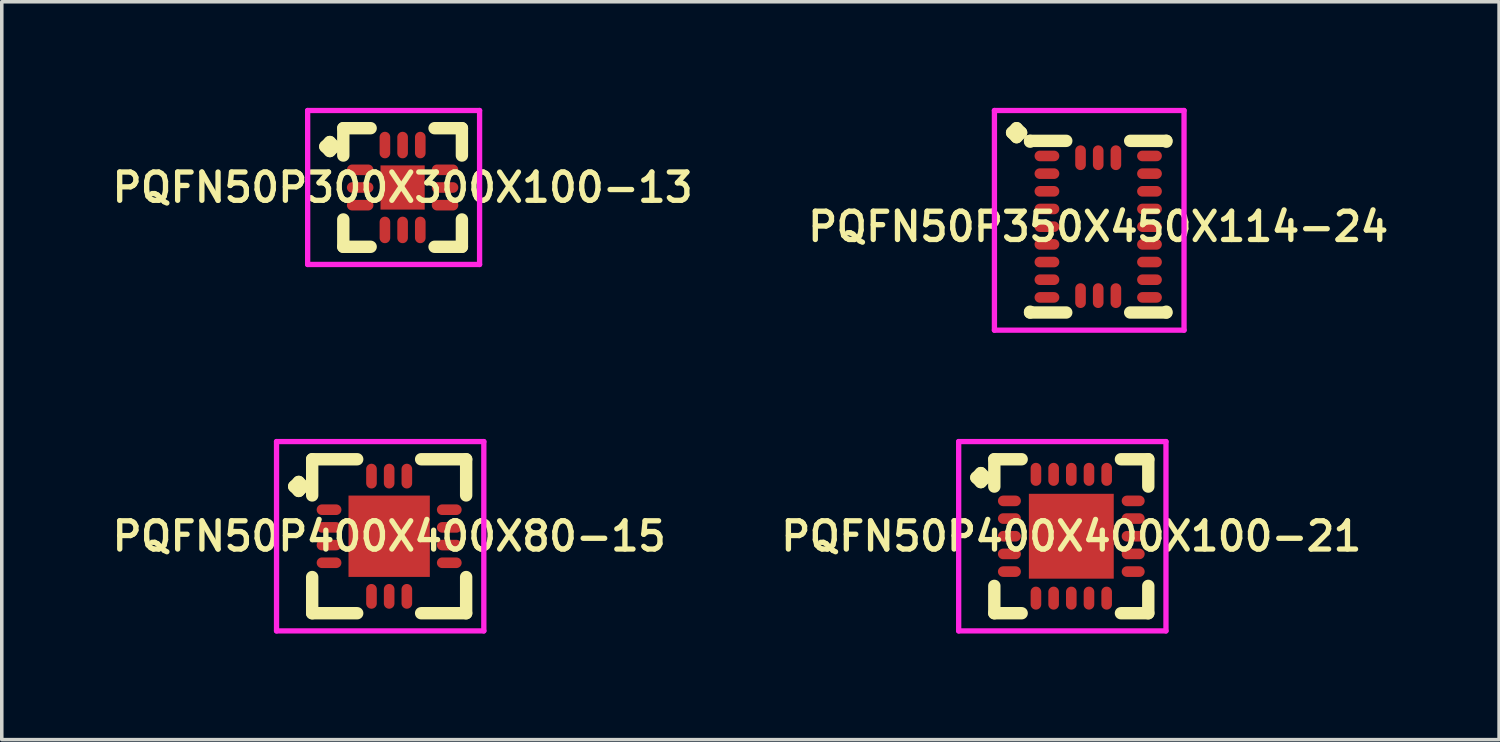
<source format=kicad_pcb>
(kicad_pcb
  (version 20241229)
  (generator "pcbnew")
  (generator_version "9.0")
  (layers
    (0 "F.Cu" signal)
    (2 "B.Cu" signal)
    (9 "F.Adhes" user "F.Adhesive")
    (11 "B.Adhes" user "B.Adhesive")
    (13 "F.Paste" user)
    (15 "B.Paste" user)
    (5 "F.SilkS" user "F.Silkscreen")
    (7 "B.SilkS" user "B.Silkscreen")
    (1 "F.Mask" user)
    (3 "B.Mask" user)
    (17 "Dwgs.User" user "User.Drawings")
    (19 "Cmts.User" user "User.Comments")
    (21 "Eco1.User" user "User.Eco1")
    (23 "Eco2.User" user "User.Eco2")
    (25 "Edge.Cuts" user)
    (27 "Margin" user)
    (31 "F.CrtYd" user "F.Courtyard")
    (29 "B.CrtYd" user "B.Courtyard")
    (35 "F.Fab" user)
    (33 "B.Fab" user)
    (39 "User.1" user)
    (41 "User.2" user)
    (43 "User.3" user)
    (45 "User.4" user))
  (footprint "PQFN50P400X400X100-21"
    (layer "F.Cu")
    (at 27.245 12.114)
    (property "Reference" "PQFN50P400X400X100-21" (at 0 0 0) (layer "F.SilkS") (effects (font (size 0.8 0.8) (thickness 0.15))))
    (attr smd)
    (fp_line (start -2.685 -1.658) (end -2.558 -1.785) (stroke (width 0.35) (type solid)) (layer "F.SilkS"))
    (fp_line (start -2.558 -1.785) (end -2.431 -1.658) (stroke (width 0.35) (type solid)) (layer "F.SilkS"))
    (fp_line (start -2.558 -1.531) (end -2.685 -1.658) (stroke (width 0.35) (type solid)) (layer "F.SilkS"))
    (fp_line (start -2.431 -1.658) (end -2.558 -1.531) (stroke (width 0.35) (type solid)) (layer "F.SilkS"))
    (fp_line (start -2.177 -2.177) (end -1.404 -2.177) (stroke (width 0.35) (type solid)) (layer "F.SilkS"))
    (fp_line (start -2.177 -1.404) (end -2.177 -2.177) (stroke (width 0.35) (type solid)) (layer "F.SilkS"))
    (fp_line (start -2.177 1.404) (end -2.177 2.177) (stroke (width 0.35) (type solid)) (layer "F.SilkS"))
    (fp_line (start -2.177 2.177) (end -1.404 2.177) (stroke (width 0.35) (type solid)) (layer "F.SilkS"))
    (fp_line (start 1.404 -2.177) (end 2.177 -2.177) (stroke (width 0.35) (type solid)) (layer "F.SilkS"))
    (fp_line (start 1.404 2.177) (end 2.177 2.177) (stroke (width 0.35) (type solid)) (layer "F.SilkS"))
    (fp_line (start 2.177 -2.177) (end 2.177 -1.404) (stroke (width 0.35) (type solid)) (layer "F.SilkS"))
    (fp_line (start 2.177 2.177) (end 2.177 1.404) (stroke (width 0.35) (type solid)) (layer "F.SilkS"))
    (fp_line (start -3.185 -2.677) (end 2.677 -2.677) (stroke (width 0.15) (type solid)) (layer "F.CrtYd"))
    (fp_line (start -3.185 2.677) (end -3.185 -2.677) (stroke (width 0.15) (type solid)) (layer "F.CrtYd"))
    (fp_line (start 2.677 -2.677) (end 2.677 2.677) (stroke (width 0.15) (type solid)) (layer "F.CrtYd"))
    (fp_line (start 2.677 2.677) (end -3.185 2.677) (stroke (width 0.15) (type solid)) (layer "F.CrtYd"))
    (pad "1" smd oval (at -1.75 -1) (size 0.65 0.3) (layers "F.Cu" "F.Mask" "F.Paste"))
    (pad "2" smd oval (at -1.75 -0.5) (size 0.65 0.3) (layers "F.Cu" "F.Mask" "F.Paste"))
    (pad "3" smd oval (at -1.75 0) (size 0.65 0.3) (layers "F.Cu" "F.Mask" "F.Paste"))
    (pad "4" smd oval (at -1.75 0.5) (size 0.65 0.3) (layers "F.Cu" "F.Mask" "F.Paste"))
    (pad "5" smd oval (at -1.75 1) (size 0.65 0.3) (layers "F.Cu" "F.Mask" "F.Paste"))
    (pad "6" smd oval (at -1 1.75) (size 0.3 0.65) (layers "F.Cu" "F.Mask" "F.Paste"))
    (pad "7" smd oval (at -0.5 1.75) (size 0.3 0.65) (layers "F.Cu" "F.Mask" "F.Paste"))
    (pad "8" smd oval (at 0 1.75) (size 0.3 0.65) (layers "F.Cu" "F.Mask" "F.Paste"))
    (pad "9" smd oval (at 0.5 1.75) (size 0.3 0.65) (layers "F.Cu" "F.Mask" "F.Paste"))
    (pad "10" smd oval (at 1 1.75) (size 0.3 0.65) (layers "F.Cu" "F.Mask" "F.Paste"))
    (pad "11" smd oval (at 1.75 1) (size 0.65 0.3) (layers "F.Cu" "F.Mask" "F.Paste"))
    (pad "12" smd oval (at 1.75 0.5) (size 0.65 0.3) (layers "F.Cu" "F.Mask" "F.Paste"))
    (pad "13" smd oval (at 1.75 0) (size 0.65 0.3) (layers "F.Cu" "F.Mask" "F.Paste"))
    (pad "14" smd oval (at 1.75 -0.5) (size 0.65 0.3) (layers "F.Cu" "F.Mask" "F.Paste"))
    (pad "15" smd oval (at 1.75 -1) (size 0.65 0.3) (layers "F.Cu" "F.Mask" "F.Paste"))
    (pad "16" smd oval (at 1 -1.75) (size 0.3 0.65) (layers "F.Cu" "F.Mask" "F.Paste"))
    (pad "17" smd oval (at 0.5 -1.75) (size 0.3 0.65) (layers "F.Cu" "F.Mask" "F.Paste"))
    (pad "18" smd oval (at 0 -1.75) (size 0.3 0.65) (layers "F.Cu" "F.Mask" "F.Paste"))
    (pad "19" smd oval (at -0.5 -1.75) (size 0.3 0.65) (layers "F.Cu" "F.Mask" "F.Paste"))
    (pad "20" smd oval (at -1 -1.75) (size 0.3 0.65) (layers "F.Cu" "F.Mask" "F.Paste"))
    (pad "21" smd rect (at 0 0) (size 2.4 2.4) (layers "F.Cu" "F.Mask" "F.Paste")))
  (footprint "PQFN50P350X450X114-24"
    (layer "F.Cu")
    (at 28.006 3.36)
    (property "Reference" "PQFN50P350X450X114-24" (at 0 0 0) (layer "F.SilkS") (effects (font (size 0.8 0.8) (thickness 0.15))))
    (attr smd)
    (fp_line (start -2.435 -2.658) (end -2.308 -2.785) (stroke (width 0.35) (type solid)) (layer "F.SilkS"))
    (fp_line (start -2.308 -2.785) (end -2.181 -2.658) (stroke (width 0.35) (type solid)) (layer "F.SilkS"))
    (fp_line (start -2.308 -2.531) (end -2.435 -2.658) (stroke (width 0.35) (type solid)) (layer "F.SilkS"))
    (fp_line (start -2.181 -2.658) (end -2.308 -2.531) (stroke (width 0.35) (type solid)) (layer "F.SilkS"))
    (fp_line (start -1.927 -2.427) (end -0.904 -2.427) (stroke (width 0.35) (type solid)) (layer "F.SilkS"))
    (fp_line (start -1.927 -2.404) (end -1.927 -2.427) (stroke (width 0.35) (type solid)) (layer "F.SilkS"))
    (fp_line (start -1.927 2.404) (end -1.927 2.427) (stroke (width 0.35) (type solid)) (layer "F.SilkS"))
    (fp_line (start -1.927 2.427) (end -0.904 2.427) (stroke (width 0.35) (type solid)) (layer "F.SilkS"))
    (fp_line (start 0.904 -2.427) (end 1.927 -2.427) (stroke (width 0.35) (type solid)) (layer "F.SilkS"))
    (fp_line (start 0.904 2.427) (end 1.927 2.427) (stroke (width 0.35) (type solid)) (layer "F.SilkS"))
    (fp_line (start 1.927 -2.427) (end 1.927 -2.404) (stroke (width 0.35) (type solid)) (layer "F.SilkS"))
    (fp_line (start 1.927 2.427) (end 1.927 2.404) (stroke (width 0.35) (type solid)) (layer "F.SilkS"))
    (fp_line (start -2.935 -3.285) (end 2.427 -3.285) (stroke (width 0.15) (type solid)) (layer "F.CrtYd"))
    (fp_line (start -2.935 2.927) (end -2.935 -3.285) (stroke (width 0.15) (type solid)) (layer "F.CrtYd"))
    (fp_line (start 2.427 -3.285) (end 2.427 2.927) (stroke (width 0.15) (type solid)) (layer "F.CrtYd"))
    (fp_line (start 2.427 2.927) (end -2.935 2.927) (stroke (width 0.15) (type solid)) (layer "F.CrtYd"))
    (pad "1" smd oval (at -1.45 -2) (size 0.7 0.3) (layers "F.Cu" "F.Mask" "F.Paste"))
    (pad "2" smd oval (at -1.45 -1.5) (size 0.7 0.3) (layers "F.Cu" "F.Mask" "F.Paste"))
    (pad "3" smd oval (at -1.45 -1) (size 0.7 0.3) (layers "F.Cu" "F.Mask" "F.Paste"))
    (pad "4" smd oval (at -1.45 -0.5) (size 0.7 0.3) (layers "F.Cu" "F.Mask" "F.Paste"))
    (pad "5" smd oval (at -1.45 0) (size 0.7 0.3) (layers "F.Cu" "F.Mask" "F.Paste"))
    (pad "6" smd oval (at -1.45 0.5) (size 0.7 0.3) (layers "F.Cu" "F.Mask" "F.Paste"))
    (pad "7" smd oval (at -1.45 1) (size 0.7 0.3) (layers "F.Cu" "F.Mask" "F.Paste"))
    (pad "8" smd oval (at -1.45 1.5) (size 0.7 0.3) (layers "F.Cu" "F.Mask" "F.Paste"))
    (pad "9" smd oval (at -1.45 2) (size 0.7 0.3) (layers "F.Cu" "F.Mask" "F.Paste"))
    (pad "10" smd oval (at -0.5 1.95) (size 0.3 0.7) (layers "F.Cu" "F.Mask" "F.Paste"))
    (pad "11" smd oval (at 0 1.95) (size 0.3 0.7) (layers "F.Cu" "F.Mask" "F.Paste"))
    (pad "12" smd oval (at 0.5 1.95) (size 0.3 0.7) (layers "F.Cu" "F.Mask" "F.Paste"))
    (pad "13" smd oval (at 1.45 2) (size 0.7 0.3) (layers "F.Cu" "F.Mask" "F.Paste"))
    (pad "14" smd oval (at 1.45 1.5) (size 0.7 0.3) (layers "F.Cu" "F.Mask" "F.Paste"))
    (pad "15" smd oval (at 1.45 1) (size 0.7 0.3) (layers "F.Cu" "F.Mask" "F.Paste"))
    (pad "16" smd oval (at 1.45 0.5) (size 0.7 0.3) (layers "F.Cu" "F.Mask" "F.Paste"))
    (pad "17" smd oval (at 1.45 0) (size 0.7 0.3) (layers "F.Cu" "F.Mask" "F.Paste"))
    (pad "18" smd oval (at 1.45 -0.5) (size 0.7 0.3) (layers "F.Cu" "F.Mask" "F.Paste"))
    (pad "19" smd oval (at 1.45 -1) (size 0.7 0.3) (layers "F.Cu" "F.Mask" "F.Paste"))
    (pad "20" smd oval (at 1.45 -1.5) (size 0.7 0.3) (layers "F.Cu" "F.Mask" "F.Paste"))
    (pad "21" smd oval (at 1.45 -2) (size 0.7 0.3) (layers "F.Cu" "F.Mask" "F.Paste"))
    (pad "22" smd oval (at 0.5 -1.95) (size 0.3 0.7) (layers "F.Cu" "F.Mask" "F.Paste"))
    (pad "23" smd oval (at 0 -1.95) (size 0.3 0.7) (layers "F.Cu" "F.Mask" "F.Paste"))
    (pad "24" smd oval (at -0.5 -1.95) (size 0.3 0.7) (layers "F.Cu" "F.Mask" "F.Paste")))
  (footprint "PQFN50P400X400X80-15"
    (layer "F.Cu")
    (at 7.955 12.114)
    (property "Reference" "PQFN50P400X400X80-15" (at 0 0 0) (layer "F.SilkS") (effects (font (size 0.8 0.8) (thickness 0.15))))
    (attr through_hole)
    (fp_line (start -2.685 -1.408) (end -2.558 -1.535) (stroke (width 0.35) (type solid)) (layer "F.SilkS"))
    (fp_line (start -2.558 -1.535) (end -2.431 -1.408) (stroke (width 0.35) (type solid)) (layer "F.SilkS"))
    (fp_line (start -2.558 -1.281) (end -2.685 -1.408) (stroke (width 0.35) (type solid)) (layer "F.SilkS"))
    (fp_line (start -2.431 -1.408) (end -2.558 -1.281) (stroke (width 0.35) (type solid)) (layer "F.SilkS"))
    (fp_line (start -2.177 -2.177) (end -0.904 -2.177) (stroke (width 0.35) (type solid)) (layer "F.SilkS"))
    (fp_line (start -2.177 -1.154) (end -2.177 -2.177) (stroke (width 0.35) (type solid)) (layer "F.SilkS"))
    (fp_line (start -2.177 1.154) (end -2.177 2.177) (stroke (width 0.35) (type solid)) (layer "F.SilkS"))
    (fp_line (start -2.177 2.177) (end -0.904 2.177) (stroke (width 0.35) (type solid)) (layer "F.SilkS"))
    (fp_line (start 0.904 -2.177) (end 2.177 -2.177) (stroke (width 0.35) (type solid)) (layer "F.SilkS"))
    (fp_line (start 0.904 2.177) (end 2.177 2.177) (stroke (width 0.35) (type solid)) (layer "F.SilkS"))
    (fp_line (start 2.177 -2.177) (end 2.177 -1.154) (stroke (width 0.35) (type solid)) (layer "F.SilkS"))
    (fp_line (start 2.177 2.177) (end 2.177 1.154) (stroke (width 0.35) (type solid)) (layer "F.SilkS"))
    (fp_line (start -3.185 -2.677) (end 2.677 -2.677) (stroke (width 0.15) (type solid)) (layer "F.CrtYd"))
    (fp_line (start -3.185 2.677) (end -3.185 -2.677) (stroke (width 0.15) (type solid)) (layer "F.CrtYd"))
    (fp_line (start 2.677 -2.677) (end 2.677 2.677) (stroke (width 0.15) (type solid)) (layer "F.CrtYd"))
    (fp_line (start 2.677 2.677) (end -3.185 2.677) (stroke (width 0.15) (type solid)) (layer "F.CrtYd"))
    (pad "1" smd oval (at -1.7 -0.75) (size 0.7 0.3) (layers "F.Cu" "F.Mask" "F.Paste"))
    (pad "2" smd oval (at -1.7 -0.25) (size 0.7 0.3) (layers "F.Cu" "F.Mask" "F.Paste"))
    (pad "3" smd oval (at -1.7 0.25) (size 0.7 0.3) (layers "F.Cu" "F.Mask" "F.Paste"))
    (pad "4" smd oval (at -1.7 0.75) (size 0.7 0.3) (layers "F.Cu" "F.Mask" "F.Paste"))
    (pad "5" smd oval (at -0.5 1.7) (size 0.3 0.7) (layers "F.Cu" "F.Mask" "F.Paste"))
    (pad "6" smd oval (at 0 1.7) (size 0.3 0.7) (layers "F.Cu" "F.Mask" "F.Paste"))
    (pad "7" smd oval (at 0.5 1.7) (size 0.3 0.7) (layers "F.Cu" "F.Mask" "F.Paste"))
    (pad "8" smd oval (at 1.7 0.75) (size 0.7 0.3) (layers "F.Cu" "F.Mask" "F.Paste"))
    (pad "9" smd oval (at 1.7 0.25) (size 0.7 0.3) (layers "F.Cu" "F.Mask" "F.Paste"))
    (pad "10" smd oval (at 1.7 -0.25) (size 0.7 0.3) (layers "F.Cu" "F.Mask" "F.Paste"))
    (pad "11" smd oval (at 1.7 -0.75) (size 0.7 0.3) (layers "F.Cu" "F.Mask" "F.Paste"))
    (pad "12" smd oval (at 0.5 -1.7) (size 0.3 0.7) (layers "F.Cu" "F.Mask" "F.Paste"))
    (pad "13" smd oval (at 0 -1.7) (size 0.3 0.7) (layers "F.Cu" "F.Mask" "F.Paste"))
    (pad "14" smd oval (at -0.5 -1.7) (size 0.3 0.7) (layers "F.Cu" "F.Mask" "F.Paste"))
    (pad "15" smd rect (at 0 0) (size 2.3 2.3) (layers "F.Cu" "F.Mask" "F.Paste")))
  (footprint "PQFN50P300X300X100-13"
    (layer "F.Cu")
    (at 8.335 2.252)
    (property "Reference" "PQFN50P300X300X100-13" (at 0 0 0) (layer "F.SilkS") (effects (font (size 0.8 0.8) (thickness 0.15))))
    (attr smd)
    (fp_line (start -2.185 -1.158) (end -2.058 -1.285) (stroke (width 0.35) (type solid)) (layer "F.SilkS"))
    (fp_line (start -2.058 -1.285) (end -1.931 -1.158) (stroke (width 0.35) (type solid)) (layer "F.SilkS"))
    (fp_line (start -2.058 -1.031) (end -2.185 -1.158) (stroke (width 0.35) (type solid)) (layer "F.SilkS"))
    (fp_line (start -1.931 -1.158) (end -2.058 -1.031) (stroke (width 0.35) (type solid)) (layer "F.SilkS"))
    (fp_line (start -1.677 -1.677) (end -0.904 -1.677) (stroke (width 0.35) (type solid)) (layer "F.SilkS"))
    (fp_line (start -1.677 -0.904) (end -1.677 -1.677) (stroke (width 0.35) (type solid)) (layer "F.SilkS"))
    (fp_line (start -1.677 0.904) (end -1.677 1.677) (stroke (width 0.35) (type solid)) (layer "F.SilkS"))
    (fp_line (start -1.677 1.677) (end -0.904 1.677) (stroke (width 0.35) (type solid)) (layer "F.SilkS"))
    (fp_line (start 0.904 -1.677) (end 1.677 -1.677) (stroke (width 0.35) (type solid)) (layer "F.SilkS"))
    (fp_line (start 0.904 1.677) (end 1.677 1.677) (stroke (width 0.35) (type solid)) (layer "F.SilkS"))
    (fp_line (start 1.677 -1.677) (end 1.677 -0.904) (stroke (width 0.35) (type solid)) (layer "F.SilkS"))
    (fp_line (start 1.677 1.677) (end 1.677 0.904) (stroke (width 0.35) (type solid)) (layer "F.SilkS"))
    (fp_line (start -2.685 -2.177) (end 2.177 -2.177) (stroke (width 0.15) (type solid)) (layer "F.CrtYd"))
    (fp_line (start -2.685 2.177) (end -2.685 -2.177) (stroke (width 0.15) (type solid)) (layer "F.CrtYd"))
    (fp_line (start 2.177 -2.177) (end 2.177 2.177) (stroke (width 0.15) (type solid)) (layer "F.CrtYd"))
    (fp_line (start 2.177 2.177) (end -2.685 2.177) (stroke (width 0.15) (type solid)) (layer "F.CrtYd"))
    (pad "1" smd oval (at -1.2 -0.5) (size 0.75 0.3) (layers "F.Cu" "F.Mask" "F.Paste"))
    (pad "2" smd oval (at -1.2 0) (size 0.75 0.3) (layers "F.Cu" "F.Mask" "F.Paste"))
    (pad "3" smd oval (at -1.2 0.5) (size 0.75 0.3) (layers "F.Cu" "F.Mask" "F.Paste"))
    (pad "4" smd oval (at -0.5 1.2) (size 0.3 0.75) (layers "F.Cu" "F.Mask" "F.Paste"))
    (pad "5" smd oval (at 0 1.2) (size 0.3 0.75) (layers "F.Cu" "F.Mask" "F.Paste"))
    (pad "6" smd oval (at 0.5 1.2) (size 0.3 0.75) (layers "F.Cu" "F.Mask" "F.Paste"))
    (pad "7" smd oval (at 1.2 0.5) (size 0.75 0.3) (layers "F.Cu" "F.Mask" "F.Paste"))
    (pad "8" smd oval (at 1.2 0) (size 0.75 0.3) (layers "F.Cu" "F.Mask" "F.Paste"))
    (pad "9" smd oval (at 1.2 -0.5) (size 0.75 0.3) (layers "F.Cu" "F.Mask" "F.Paste"))
    (pad "10" smd oval (at 0.5 -1.2) (size 0.3 0.75) (layers "F.Cu" "F.Mask" "F.Paste"))
    (pad "11" smd oval (at 0 -1.2) (size 0.3 0.75) (layers "F.Cu" "F.Mask" "F.Paste"))
    (pad "12" smd oval (at -0.5 -1.2) (size 0.3 0.75) (layers "F.Cu" "F.Mask" "F.Paste"))
    (pad "13" smd rect (at 0 0) (size 1.25 1.25) (layers "F.Cu" "F.Mask" "F.Paste")))
  (gr_rect
    (start -3 -3)
    (end 39.342 17.866)
    (stroke (width 0.1) (type default))
    (fill no)
    (layer "Edge.Cuts")))
</source>
